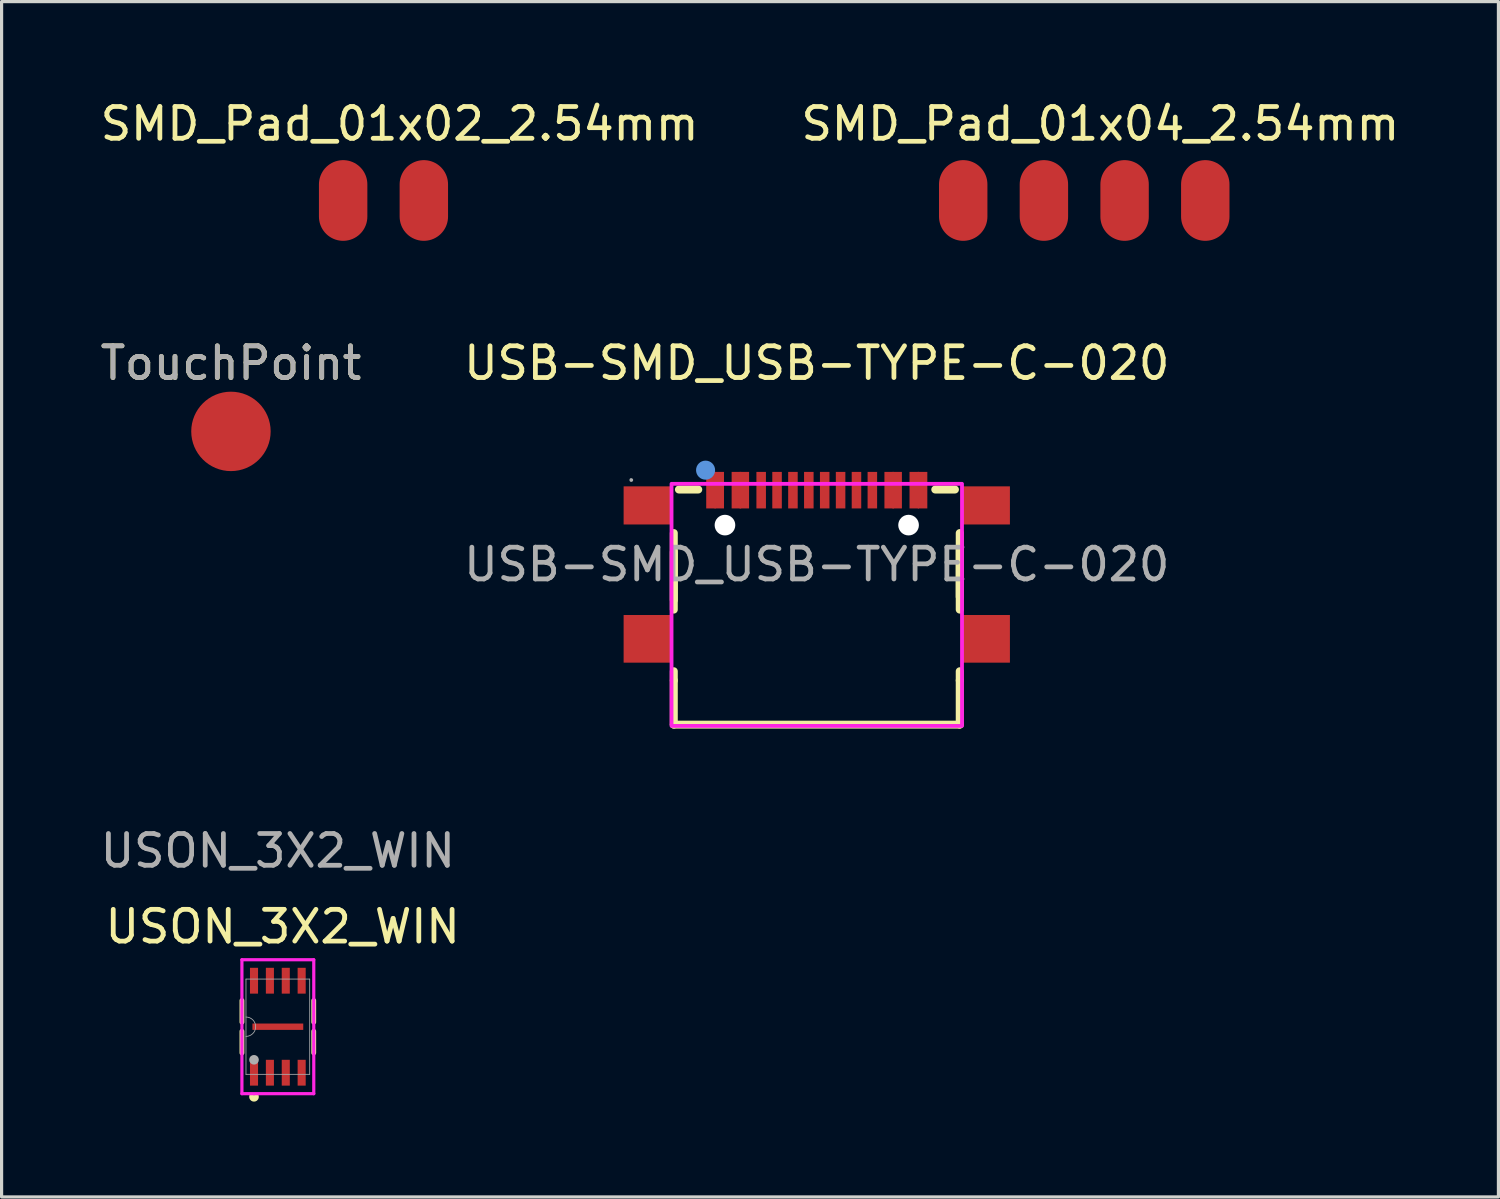
<source format=kicad_pcb>
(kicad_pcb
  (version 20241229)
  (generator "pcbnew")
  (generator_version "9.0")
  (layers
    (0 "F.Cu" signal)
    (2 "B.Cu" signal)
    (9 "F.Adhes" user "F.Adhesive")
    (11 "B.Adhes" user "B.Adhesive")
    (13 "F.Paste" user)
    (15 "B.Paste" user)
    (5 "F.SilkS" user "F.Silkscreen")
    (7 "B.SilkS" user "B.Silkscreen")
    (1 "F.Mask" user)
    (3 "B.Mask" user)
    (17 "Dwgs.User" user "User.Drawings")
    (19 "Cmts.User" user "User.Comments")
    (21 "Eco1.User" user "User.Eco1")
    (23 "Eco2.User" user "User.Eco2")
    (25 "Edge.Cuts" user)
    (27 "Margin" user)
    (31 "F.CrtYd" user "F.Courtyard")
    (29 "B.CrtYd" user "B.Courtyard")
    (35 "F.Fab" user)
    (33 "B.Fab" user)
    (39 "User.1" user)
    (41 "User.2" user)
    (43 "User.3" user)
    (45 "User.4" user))
  (footprint "TouchPoint"
    (layer "F.Cu")
    (at 4.22 10.53)
    (property "Reference" "TouchPoint" (at 0 -2.148 0) (layer "F.SilkS") (effects (font (size 1 1) (thickness 0.15))))
    (attr exclude_from_pos_files exclude_from_bom)
    (fp_text user "${REFERENCE}" (at 0 -2.15 0) (layer "F.Fab") (effects (font (size 1 1) (thickness 0.15))))
    (pad "1" smd circle (at 0 0) (size 2.5 2.5) (layers "F.Cu" "F.Mask")))
  (footprint "USB-SMD_USB-TYPE-C-020"
    (layer "F.Cu")
    (at 22.661 14.72)
    (property "Reference" "USB-SMD_USB-TYPE-C-020" (at 0 -6.34 0) (layer "F.SilkS") (effects (font (size 1 1) (thickness 0.15))))
    (attr smd)
    (fp_line (start -4.5 -0.4) (end -4.5 1.12) (stroke (width 0.25) (type solid)) (layer "F.SilkS"))
    (fp_line (start -4.5 1.42) (end -4.5 -0.99) (stroke (width 0.25) (type solid)) (layer "F.SilkS"))
    (fp_line (start -4.5 3.65) (end -4.5 3.36) (stroke (width 0.25) (type solid)) (layer "F.SilkS"))
    (fp_line (start -4.5 3.65) (end -4.5 5.04) (stroke (width 0.25) (type solid)) (layer "F.SilkS"))
    (fp_line (start -4.5 5.04) (end 4.5 5.04) (stroke (width 0.25) (type solid)) (layer "F.SilkS"))
    (fp_line (start -4.34 -2.36) (end -3.73 -2.36) (stroke (width 0.25) (type solid)) (layer "F.SilkS"))
    (fp_line (start 3.73 -2.36) (end 4.35 -2.36) (stroke (width 0.25) (type solid)) (layer "F.SilkS"))
    (fp_line (start 4.5 1.02) (end 4.5 -0.5) (stroke (width 0.25) (type solid)) (layer "F.SilkS"))
    (fp_line (start 4.5 1.42) (end 4.5 -0.99) (stroke (width 0.25) (type solid)) (layer "F.SilkS"))
    (fp_line (start 4.5 3.65) (end 4.5 3.36) (stroke (width 0.25) (type solid)) (layer "F.SilkS"))
    (fp_line (start 4.5 5.04) (end 4.5 3.65) (stroke (width 0.25) (type solid)) (layer "F.SilkS"))
    (fp_circle (center -3.5 -2.97) (end -3.35 -2.97) (stroke (width 0.3) (type solid)) (fill no) (layer "Cmts.User"))
    (fp_circle (center -2.9 -1.26) (end -2.79 -1.26) (stroke (width 0.22) (type solid)) (fill no) (layer "Cmts.User"))
    (fp_circle (center 2.9 -1.26) (end 3.01 -1.26) (stroke (width 0.22) (type solid)) (fill no) (layer "Cmts.User"))
    (fp_rect (start -4.572 -2.54) (end 4.572 5.08) (stroke (width 0.12) (type default)) (fill no) (layer "F.CrtYd"))
    (fp_circle (center -5.84 -2.66) (end -5.81 -2.66) (stroke (width 0.06) (type solid)) (fill no) (layer "F.Fab"))
    (fp_text user "${REFERENCE}" (at 0 0 0) (layer "F.Fab") (effects (font (size 1 1) (thickness 0.15))))
    (pad "" np_thru_hole circle (at -2.89 -1.24) (size 0.65 0.65) (drill 0.65) (layers "*.Cu" "*.Mask"))
    (pad "" np_thru_hole circle (at 2.89 -1.24) (size 0.65 0.65) (drill 0.65) (layers "*.Cu" "*.Mask"))
    (pad "A1" smd rect (at -3.33 -2.34) (size 0.3 1.15) (layers "F.Cu" "F.Mask" "F.Paste"))
    (pad "A4" smd rect (at -2.53 -2.34) (size 0.3 1.15) (layers "F.Cu" "F.Mask" "F.Paste"))
    (pad "A5" smd rect (at -1.25 -2.34) (size 0.3 1.15) (layers "F.Cu" "F.Mask" "F.Paste"))
    (pad "A6" smd rect (at -0.25 -2.34) (size 0.3 1.15) (layers "F.Cu" "F.Mask" "F.Paste"))
    (pad "A7" smd rect (at 0.25 -2.34) (size 0.3 1.15) (layers "F.Cu" "F.Mask" "F.Paste"))
    (pad "A8" smd rect (at 1.25 -2.34) (size 0.3 1.15) (layers "F.Cu" "F.Mask" "F.Paste"))
    (pad "A9" smd rect (at 2.53 -2.34) (size 0.3 1.15) (layers "F.Cu" "F.Mask" "F.Paste"))
    (pad "A12" smd rect (at 3.33 -2.34) (size 0.3 1.15) (layers "F.Cu" "F.Mask" "F.Paste"))
    (pad "B1" smd rect (at 3.07 -2.34) (size 0.3 1.15) (layers "F.Cu" "F.Mask" "F.Paste"))
    (pad "B4" smd rect (at 2.28 -2.34) (size 0.3 1.15) (layers "F.Cu" "F.Mask" "F.Paste"))
    (pad "B5" smd rect (at 1.75 -2.34) (size 0.3 1.15) (layers "F.Cu" "F.Mask" "F.Paste"))
    (pad "B6" smd rect (at 0.75 -2.34) (size 0.3 1.15) (layers "F.Cu" "F.Mask" "F.Paste"))
    (pad "B7" smd rect (at -0.75 -2.34) (size 0.3 1.15) (layers "F.Cu" "F.Mask" "F.Paste"))
    (pad "B8" smd rect (at -1.75 -2.34) (size 0.3 1.15) (layers "F.Cu" "F.Mask" "F.Paste"))
    (pad "B9" smd rect (at -2.28 -2.34) (size 0.3 1.15) (layers "F.Cu" "F.Mask" "F.Paste"))
    (pad "B12" smd rect (at -3.07 -2.34) (size 0.3 1.15) (layers "F.Cu" "F.Mask" "F.Paste"))
    (pad "S1" smd rect (at -5.33 -1.86) (size 1.5 1.2) (layers "F.Cu" "F.Mask" "F.Paste"))
    (pad "S1" smd rect (at -5.33 2.34) (size 1.5 1.5) (layers "F.Cu" "F.Mask" "F.Paste"))
    (pad "S1" smd rect (at 5.33 -1.86) (size 1.5 1.2) (layers "F.Cu" "F.Mask" "F.Paste"))
    (pad "S1" smd rect (at 5.33 2.34) (size 1.5 1.5) (layers "F.Cu" "F.Mask" "F.Paste")))
  (footprint "USON_3X2_WIN"
    (layer "F.Cu")
    (at 5.696 29.27)
    (property "Reference" "USON_3X2_WIN" (at 0.152 -3.15 0) (unlocked yes) (layer "F.SilkS") (effects (font (size 1 1) (thickness 0.15))))
    (attr smd)
    (fp_line (start -1.13 -0.825) (end -1.13 -0.143) (stroke (width 0.152) (type solid)) (layer "F.SilkS"))
    (fp_line (start -1.13 0.143) (end -1.13 0.825) (stroke (width 0.152) (type solid)) (layer "F.SilkS"))
    (fp_line (start 1.13 -0.143) (end 1.13 -0.825) (stroke (width 0.152) (type solid)) (layer "F.SilkS"))
    (fp_line (start 1.13 0.825) (end 1.13 0.143) (stroke (width 0.152) (type solid)) (layer "F.SilkS"))
    (fp_arc (start -0.676376 2.18694) (mid -0.750189 2.282063) (end -0.824002 2.18694) (stroke (width 0.1524) (type solid)) (layer "F.SilkS"))
    (fp_line (start -1.131 -2.108) (end -1.131 2.108) (stroke (width 0.1) (type solid)) (layer "F.CrtYd"))
    (fp_line (start -1.131 -2.108) (end 1.131 -2.108) (stroke (width 0.1) (type solid)) (layer "F.CrtYd"))
    (fp_line (start 1.131 -2.108) (end 1.131 2.108) (stroke (width 0.1) (type solid)) (layer "F.CrtYd"))
    (fp_line (start 1.131 2.108) (end -1.131 2.108) (stroke (width 0.1) (type solid)) (layer "F.CrtYd"))
    (fp_line (start -1.003 -1.499) (end -1.003 1.499) (stroke (width 0.025) (type solid)) (layer "F.Fab"))
    (fp_line (start -1.003 1.499) (end 1.003 1.499) (stroke (width 0.025) (type solid)) (layer "F.Fab"))
    (fp_line (start 1.003 -1.499) (end -1.003 -1.499) (stroke (width 0.025) (type solid)) (layer "F.Fab"))
    (fp_line (start 1.003 1.499) (end 1.003 -1.499) (stroke (width 0.025) (type solid)) (layer "F.Fab"))
    (fp_arc (start -1.0033 -0.3048) (mid -0.6985 0) (end -1.0033 0.3048) (stroke (width 0.0254) (type solid)) (layer "F.Fab"))
    (fp_circle (center -0.75 1.041) (end -0.75 0.965) (stroke (width 0.152) (type solid)) (fill no) (layer "F.Fab"))
    (fp_text user "${REFERENCE}" (at 0 -5.537 0) (unlocked yes) (layer "F.Fab") (effects (font (size 1 1) (thickness 0.15))))
    (pad "1" smd rect (at -0.75 1.448 90) (size 0.813 0.254) (layers "F.Cu" "F.Mask" "F.Paste"))
    (pad "2" smd rect (at -0.25 1.448 90) (size 0.813 0.254) (layers "F.Cu" "F.Mask" "F.Paste"))
    (pad "3" smd rect (at 0.25 1.448 90) (size 0.813 0.254) (layers "F.Cu" "F.Mask" "F.Paste"))
    (pad "4" smd rect (at 0.75 1.448 90) (size 0.813 0.254) (layers "F.Cu" "F.Mask" "F.Paste"))
    (pad "5" smd rect (at 0.75 -1.448 90) (size 0.813 0.254) (layers "F.Cu" "F.Mask" "F.Paste"))
    (pad "6" smd rect (at 0.25 -1.448 90) (size 0.813 0.254) (layers "F.Cu" "F.Mask" "F.Paste"))
    (pad "7" smd rect (at -0.25 -1.448 90) (size 0.813 0.254) (layers "F.Cu" "F.Mask" "F.Paste"))
    (pad "8" smd rect (at -0.75 -1.448 90) (size 0.813 0.254) (layers "F.Cu" "F.Mask" "F.Paste"))
    (pad "9" smd rect (at 0 0 90) (size 0.2 1.6) (layers "F.Cu" "F.Mask" "F.Paste")))
  (footprint "SMD_Pad_01x02_2.54mm"
    (layer "F.Cu")
    (at 9.022 3.388)
    (property "Reference" "SMD_Pad_01x02_2.54mm" (at 0.508 -2.54 0) (layer "F.SilkS") (effects (font (size 1 1) (thickness 0.15))))
    (attr through_hole)
    (pad "1" smd oval (at -1.27 -0.127) (size 1.524 2.54) (layers "F.Cu" "F.Mask" "F.Paste"))
    (pad "2" smd oval (at 1.27 -0.127) (size 1.524 2.54) (layers "F.Cu" "F.Mask" "F.Paste")))
  (footprint "SMD_Pad_01x04_2.54mm"
    (layer "F.Cu")
    (at 31.081 3.388)
    (property "Reference" "SMD_Pad_01x04_2.54mm" (at 0.508 -2.54 0) (layer "F.SilkS") (effects (font (size 1 1) (thickness 0.15))))
    (attr through_hole)
    (pad "1" smd oval (at -3.81 -0.127) (size 1.524 2.54) (layers "F.Cu" "F.Mask" "F.Paste"))
    (pad "2" smd oval (at -1.27 -0.127) (size 1.524 2.54) (layers "F.Cu" "F.Mask" "F.Paste"))
    (pad "3" smd oval (at 1.27 -0.127) (size 1.524 2.54) (layers "F.Cu" "F.Mask" "F.Paste"))
    (pad "4" smd oval (at 3.81 -0.127) (size 1.524 2.54) (layers "F.Cu" "F.Mask" "F.Paste")))
  (gr_rect
    (start -3 -3)
    (end 44.119 34.628)
    (stroke (width 0.1) (type default))
    (fill no)
    (layer "Edge.Cuts")))
</source>
